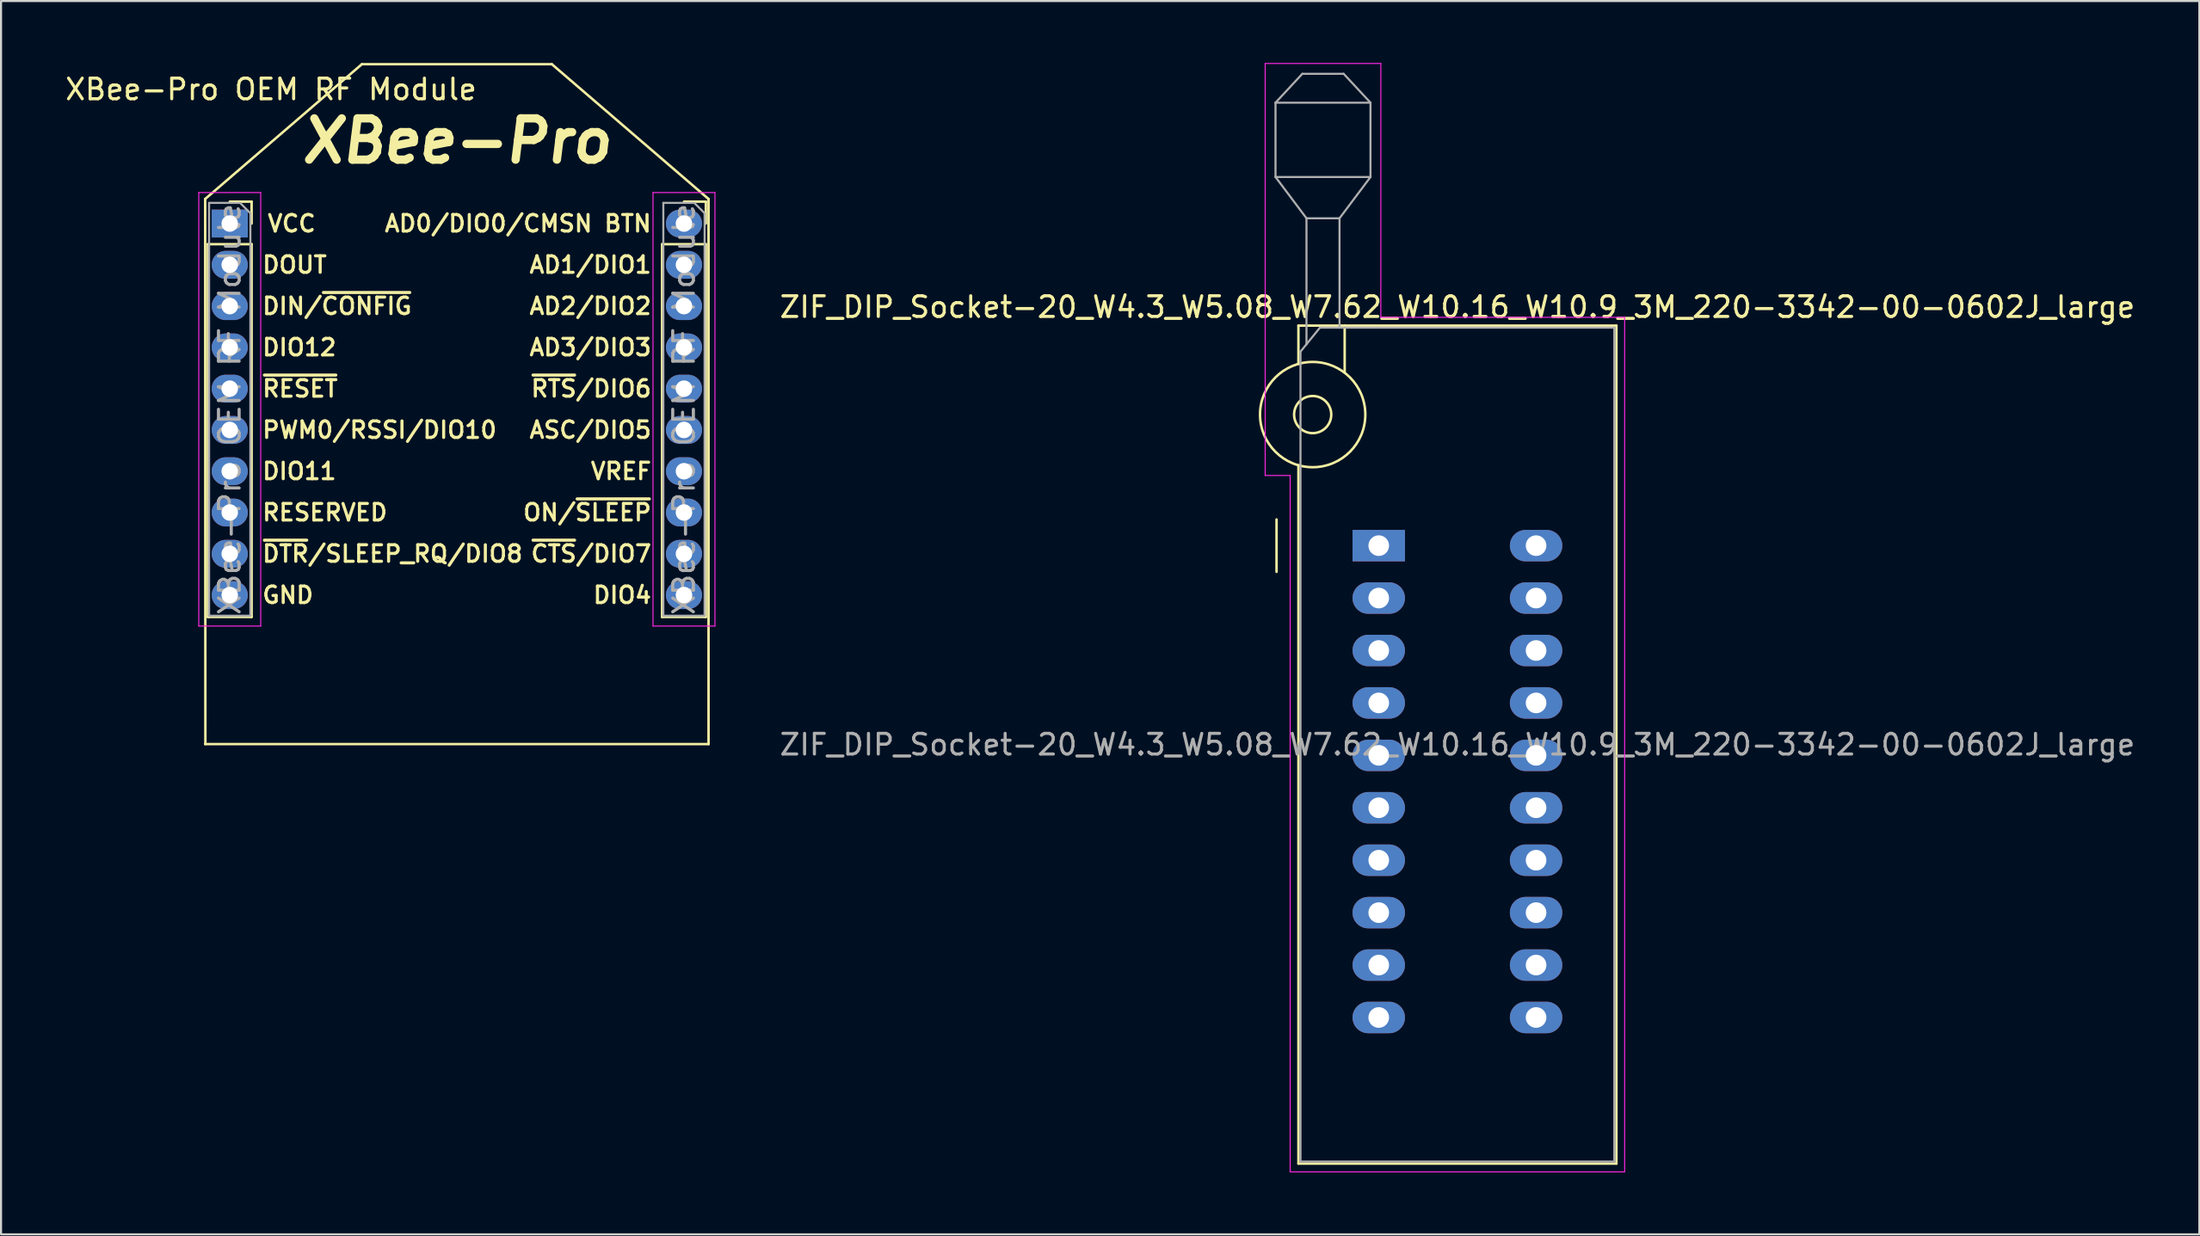
<source format=kicad_pcb>
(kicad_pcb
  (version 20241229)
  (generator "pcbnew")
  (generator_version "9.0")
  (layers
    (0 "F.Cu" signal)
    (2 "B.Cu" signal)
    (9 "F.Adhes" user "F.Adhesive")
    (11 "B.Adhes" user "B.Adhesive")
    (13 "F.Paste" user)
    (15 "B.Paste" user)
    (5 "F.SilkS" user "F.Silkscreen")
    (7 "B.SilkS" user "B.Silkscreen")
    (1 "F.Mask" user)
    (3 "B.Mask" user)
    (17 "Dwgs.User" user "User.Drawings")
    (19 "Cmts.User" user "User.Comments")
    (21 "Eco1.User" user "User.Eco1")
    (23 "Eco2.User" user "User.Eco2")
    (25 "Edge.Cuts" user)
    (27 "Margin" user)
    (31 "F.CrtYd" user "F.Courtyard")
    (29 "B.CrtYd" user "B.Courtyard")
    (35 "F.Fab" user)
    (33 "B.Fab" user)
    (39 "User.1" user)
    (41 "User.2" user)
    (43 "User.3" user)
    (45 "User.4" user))
  (footprint "XBee-Pro OEM RF Module"
    (layer "F.Cu")
    (at 8.077 7.78)
    (property "Reference" "XBee-Pro OEM RF Module" (at 2 -6.5 0) (layer "F.SilkS") (effects (font (size 1 1) (thickness 0.15))))
    (attr through_hole)
    (fp_line (start -1.19 25.22) (end 23.19 25.22) (stroke (width 0.12) (type solid)) (layer "F.SilkS"))
    (fp_line (start -1.18 25.22) (end -1.19 -1.19) (stroke (width 0.12) (type solid)) (layer "F.SilkS"))
    (fp_line (start -1.06 1) (end -1.06 19.06) (stroke (width 0.12) (type solid)) (layer "F.SilkS"))
    (fp_line (start -1.06 1) (end 1.06 1) (stroke (width 0.12) (type solid)) (layer "F.SilkS"))
    (fp_line (start -1.06 19.06) (end 1.06 19.06) (stroke (width 0.12) (type solid)) (layer "F.SilkS"))
    (fp_line (start 0 -1.06) (end 1.06 -1.06) (stroke (width 0.12) (type solid)) (layer "F.SilkS"))
    (fp_line (start 1.06 -1.06) (end 1.06 0) (stroke (width 0.12) (type solid)) (layer "F.SilkS"))
    (fp_line (start 1.06 1) (end 1.06 19.06) (stroke (width 0.12) (type solid)) (layer "F.SilkS"))
    (fp_line (start 6.4 -7.72) (end -1.19 -1.19) (stroke (width 0.12) (type solid)) (layer "F.SilkS"))
    (fp_line (start 6.4 -7.72) (end 15.6 -7.72) (stroke (width 0.12) (type solid)) (layer "F.SilkS"))
    (fp_line (start 15.6 -7.72) (end 23.19 -1.19) (stroke (width 0.12) (type solid)) (layer "F.SilkS"))
    (fp_line (start 20.94 1) (end 20.94 19.06) (stroke (width 0.12) (type solid)) (layer "F.SilkS"))
    (fp_line (start 20.94 1) (end 23.06 1) (stroke (width 0.12) (type solid)) (layer "F.SilkS"))
    (fp_line (start 20.94 19.06) (end 23.06 19.06) (stroke (width 0.12) (type solid)) (layer "F.SilkS"))
    (fp_line (start 22 -1.06) (end 23.06 -1.06) (stroke (width 0.12) (type solid)) (layer "F.SilkS"))
    (fp_line (start 23.06 -1.06) (end 23.06 0) (stroke (width 0.12) (type solid)) (layer "F.SilkS"))
    (fp_line (start 23.06 1) (end 23.06 19.06) (stroke (width 0.12) (type solid)) (layer "F.SilkS"))
    (fp_line (start 23.19 -1.19) (end 23.19 25.22) (stroke (width 0.12) (type solid)) (layer "F.SilkS"))
    (fp_line (start -1.5 -1.5) (end 1.5 -1.5) (stroke (width 0.05) (type solid)) (layer "F.CrtYd"))
    (fp_line (start -1.5 19.5) (end -1.5 -1.5) (stroke (width 0.05) (type solid)) (layer "F.CrtYd"))
    (fp_line (start 1.5 -1.5) (end 1.5 19.5) (stroke (width 0.05) (type solid)) (layer "F.CrtYd"))
    (fp_line (start 1.5 19.5) (end -1.5 19.5) (stroke (width 0.05) (type solid)) (layer "F.CrtYd"))
    (fp_line (start 20.5 -1.5) (end 23.5 -1.5) (stroke (width 0.05) (type solid)) (layer "F.CrtYd"))
    (fp_line (start 20.5 19.5) (end 20.5 -1.5) (stroke (width 0.05) (type solid)) (layer "F.CrtYd"))
    (fp_line (start 23.5 -1.5) (end 23.5 19.5) (stroke (width 0.05) (type solid)) (layer "F.CrtYd"))
    (fp_line (start 23.5 19.5) (end 20.5 19.5) (stroke (width 0.05) (type solid)) (layer "F.CrtYd"))
    (fp_line (start -1 -1) (end 0.5 -1) (stroke (width 0.1) (type solid)) (layer "F.Fab"))
    (fp_line (start -1 19) (end -1 -1) (stroke (width 0.1) (type solid)) (layer "F.Fab"))
    (fp_line (start 0.5 -1) (end 1 -0.5) (stroke (width 0.1) (type solid)) (layer "F.Fab"))
    (fp_line (start 1 -0.5) (end 1 19) (stroke (width 0.1) (type solid)) (layer "F.Fab"))
    (fp_line (start 1 19) (end -1 19) (stroke (width 0.1) (type solid)) (layer "F.Fab"))
    (fp_line (start 21 -1) (end 22.5 -1) (stroke (width 0.1) (type solid)) (layer "F.Fab"))
    (fp_line (start 21 19) (end 21 -1) (stroke (width 0.1) (type solid)) (layer "F.Fab"))
    (fp_line (start 22.5 -1) (end 23 -0.5) (stroke (width 0.1) (type solid)) (layer "F.Fab"))
    (fp_line (start 23 -0.5) (end 23 19) (stroke (width 0.1) (type solid)) (layer "F.Fab"))
    (fp_line (start 23 19) (end 21 19) (stroke (width 0.1) (type solid)) (layer "F.Fab"))
    (fp_text user "VCC" (at 3 0 0) (unlocked yes) (layer "F.SilkS") (effects (font (size 0.8 0.8) (thickness 0.15))))
    (fp_text user "XBee-Pro" (at 11 -4 0) (unlocked yes) (layer "F.SilkS") (effects (font (size 2 2) (thickness 0.4) (italic yes))))
    (fp_text user "VREF" (at 20.5 12 0) (unlocked yes) (layer "F.SilkS") (effects (font (size 0.8 0.8) (thickness 0.15)) (justify right)))
    (fp_text user "~{RTS}/DIO6" (at 20.5 8 0) (unlocked yes) (layer "F.SilkS") (effects (font (size 0.8 0.8) (thickness 0.15)) (justify right)))
    (fp_text user "GND" (at 1.5 18 0) (unlocked yes) (layer "F.SilkS") (effects (font (size 0.8 0.8) (thickness 0.15)) (justify left)))
    (fp_text user "RESERVED" (at 1.5 14 0) (unlocked yes) (layer "F.SilkS") (effects (font (size 0.8 0.8) (thickness 0.15)) (justify left)))
    (fp_text user "~{DTR}/SLEEP_RQ/DIO8" (at 1.5 16 0) (unlocked yes) (layer "F.SilkS") (effects (font (size 0.8 0.8) (thickness 0.15)) (justify left)))
    (fp_text user "~{CTS}/DIO7" (at 20.5 16 0) (unlocked yes) (layer "F.SilkS") (effects (font (size 0.8 0.8) (thickness 0.15)) (justify right)))
    (fp_text user "AD3/DIO3" (at 20.5 6 0) (unlocked yes) (layer "F.SilkS") (effects (font (size 0.8 0.8) (thickness 0.15)) (justify right)))
    (fp_text user "AD0/DIO0/CMSN BTN" (at 20.5 0 0) (unlocked yes) (layer "F.SilkS") (effects (font (size 0.8 0.8) (thickness 0.15)) (justify right)))
    (fp_text user "AD1/DIO1" (at 20.5 2 0) (unlocked yes) (layer "F.SilkS") (effects (font (size 0.8 0.8) (thickness 0.15)) (justify right)))
    (fp_text user "DIN/~{CONFIG}" (at 1.5 4 0) (unlocked yes) (layer "F.SilkS") (effects (font (size 0.8 0.8) (thickness 0.15)) (justify left)))
    (fp_text user "DIO4" (at 20.5 18 0) (unlocked yes) (layer "F.SilkS") (effects (font (size 0.8 0.8) (thickness 0.15)) (justify right)))
    (fp_text user "DIO11" (at 1.5 12 0) (unlocked yes) (layer "F.SilkS") (effects (font (size 0.8 0.8) (thickness 0.15)) (justify left)))
    (fp_text user "DOUT" (at 1.5 2 0) (unlocked yes) (layer "F.SilkS") (effects (font (size 0.8 0.8) (thickness 0.15)) (justify left)))
    (fp_text user "DIO12" (at 1.5 6 0) (unlocked yes) (layer "F.SilkS") (effects (font (size 0.8 0.8) (thickness 0.15)) (justify left)))
    (fp_text user "AD2/DIO2" (at 20.5 4 0) (unlocked yes) (layer "F.SilkS") (effects (font (size 0.8 0.8) (thickness 0.15)) (justify right)))
    (fp_text user "ASC/DIO5" (at 20.5 10 0) (unlocked yes) (layer "F.SilkS") (effects (font (size 0.8 0.8) (thickness 0.15)) (justify right)))
    (fp_text user "~{RESET}" (at 1.5 8 0) (unlocked yes) (layer "F.SilkS") (effects (font (size 0.8 0.8) (thickness 0.15)) (justify left)))
    (fp_text user "PWM0/RSSI/DIO10" (at 1.5 10 0) (unlocked yes) (layer "F.SilkS") (effects (font (size 0.8 0.8) (thickness 0.15)) (justify left)))
    (fp_text user "ON/~{SLEEP}" (at 20.5 14 0) (unlocked yes) (layer "F.SilkS") (effects (font (size 0.8 0.8) (thickness 0.15)) (justify right)))
    (fp_text user "${REFERENCE}" (at 0 9 90) (layer "F.Fab") (effects (font (size 1 1) (thickness 0.15))))
    (fp_text user "${REFERENCE}" (at 22 9 90) (layer "F.Fab") (effects (font (size 1 1) (thickness 0.15))))
    (pad "1" thru_hole rect (at 0 0) (size 1.75 1.35) (drill 0.8) (layers "*.Cu" "*.Mask"))
    (pad "2" thru_hole oval (at 0 2) (size 1.75 1.35) (drill 0.8) (layers "*.Cu" "*.Mask"))
    (pad "3" thru_hole oval (at 0 4) (size 1.75 1.35) (drill 0.8) (layers "*.Cu" "*.Mask"))
    (pad "4" thru_hole oval (at 0 6) (size 1.75 1.35) (drill 0.8) (layers "*.Cu" "*.Mask"))
    (pad "5" thru_hole oval (at 0 8) (size 1.75 1.35) (drill 0.8) (layers "*.Cu" "*.Mask"))
    (pad "6" thru_hole oval (at 0 10) (size 1.75 1.35) (drill 0.8) (layers "*.Cu" "*.Mask"))
    (pad "7" thru_hole oval (at 0 12) (size 1.75 1.35) (drill 0.8) (layers "*.Cu" "*.Mask"))
    (pad "8" thru_hole oval (at 0 14) (size 1.75 1.35) (drill 0.8) (layers "*.Cu" "*.Mask"))
    (pad "9" thru_hole oval (at 0 16) (size 1.75 1.35) (drill 0.8) (layers "*.Cu" "*.Mask"))
    (pad "10" thru_hole oval (at 0 18) (size 1.75 1.35) (drill 0.8) (layers "*.Cu" "*.Mask"))
    (pad "11" thru_hole oval (at 22 18) (size 1.75 1.35) (drill 0.8) (layers "*.Cu" "*.Mask"))
    (pad "12" thru_hole oval (at 22 16) (size 1.75 1.35) (drill 0.8) (layers "*.Cu" "*.Mask"))
    (pad "13" thru_hole oval (at 22 14) (size 1.75 1.35) (drill 0.8) (layers "*.Cu" "*.Mask"))
    (pad "14" thru_hole oval (at 22 12) (size 1.75 1.35) (drill 0.8) (layers "*.Cu" "*.Mask"))
    (pad "15" thru_hole oval (at 22 10) (size 1.75 1.35) (drill 0.8) (layers "*.Cu" "*.Mask"))
    (pad "16" thru_hole oval (at 22 8) (size 1.75 1.35) (drill 0.8) (layers "*.Cu" "*.Mask"))
    (pad "17" thru_hole oval (at 22 6) (size 1.75 1.35) (drill 0.8) (layers "*.Cu" "*.Mask"))
    (pad "18" thru_hole oval (at 22 4) (size 1.75 1.35) (drill 0.8) (layers "*.Cu" "*.Mask"))
    (pad "19" thru_hole oval (at 22 2) (size 1.75 1.35) (drill 0.8) (layers "*.Cu" "*.Mask"))
    (pad "20" thru_hole oval (at 22 0) (size 1.75 1.35) (drill 0.8) (layers "*.Cu" "*.Mask"))
    (zone (net_name "") (layers "F.Cu" "B.Cu") (hatch edge 0.508) (connect_pads) (min_thickness 0.254) (filled_areas_thickness no) (keepout (tracks not_allowed) (vias not_allowed) (pads not_allowed) (copperpour allowed) (footprints allowed)) (placement (enabled no)) (fill) (polygon (pts (xy 28.577 32.78) (xy 9.577 32.78) (xy 9.577 6.28) (xy 28.577 6.28)))))
  (footprint "ZIF_DIP_Socket-20_W4.3_W5.08_W7.62_W10.16_W10.9_3M_220-3342-00-0602J_large"
    (layer "F.Cu")
    (at 63.727 23.385)
    (property "Reference" "ZIF_DIP_Socket-20_W4.3_W5.08_W7.62_W10.16_W10.9_3M_220-3342-00-0602J_large" (at 3.81 -11.56 0) (layer "F.SilkS") (effects (font (size 1 1) (thickness 0.15))))
    (attr through_hole)
    (fp_line (start -4.95 1.27) (end -4.95 -1.27) (stroke (width 0.12) (type solid)) (layer "F.SilkS"))
    (fp_line (start -3.89 -10.66) (end -3.89 -8.8) (stroke (width 0.12) (type solid)) (layer "F.SilkS"))
    (fp_line (start -3.89 -3.9) (end -3.89 29.94) (stroke (width 0.12) (type solid)) (layer "F.SilkS"))
    (fp_line (start -3.89 29.94) (end 11.51 29.94) (stroke (width 0.12) (type solid)) (layer "F.SilkS"))
    (fp_line (start -1.65 -10.66) (end -1.65 -8.4) (stroke (width 0.12) (type solid)) (layer "F.SilkS"))
    (fp_line (start 11.51 -10.66) (end -3.89 -10.66) (stroke (width 0.12) (type solid)) (layer "F.SilkS"))
    (fp_line (start 11.51 29.94) (end 11.51 -10.66) (stroke (width 0.12) (type solid)) (layer "F.SilkS"))
    (fp_circle (center -3.2 -6.35) (end -2.3 -6.35) (stroke (width 0.12) (type solid)) (fill no) (layer "F.SilkS"))
    (fp_circle (center -3.2 -6.35) (end -0.65 -6.35) (stroke (width 0.12) (type solid)) (fill no) (layer "F.SilkS"))
    (fp_line (start -5.5 -23.36) (end 0.1 -23.36) (stroke (width 0.05) (type solid)) (layer "F.CrtYd"))
    (fp_line (start -5.5 -3.4) (end -5.5 -23.36) (stroke (width 0.05) (type solid)) (layer "F.CrtYd"))
    (fp_line (start -4.29 -3.4) (end -5.5 -3.4) (stroke (width 0.05) (type solid)) (layer "F.CrtYd"))
    (fp_line (start -4.29 30.34) (end -4.29 -3.4) (stroke (width 0.05) (type solid)) (layer "F.CrtYd"))
    (fp_line (start 0.1 -23.36) (end 0.1 -11.06) (stroke (width 0.05) (type solid)) (layer "F.CrtYd"))
    (fp_line (start 0.1 -11.06) (end 11.91 -11.06) (stroke (width 0.05) (type solid)) (layer "F.CrtYd"))
    (fp_line (start 11.91 -11.06) (end 11.91 30.34) (stroke (width 0.05) (type solid)) (layer "F.CrtYd"))
    (fp_line (start 11.91 30.34) (end -4.29 30.34) (stroke (width 0.05) (type solid)) (layer "F.CrtYd"))
    (fp_line (start -5 -21.46) (end -5 -17.86) (stroke (width 0.1) (type solid)) (layer "F.Fab"))
    (fp_line (start -5 -21.46) (end -3.7 -22.86) (stroke (width 0.1) (type solid)) (layer "F.Fab"))
    (fp_line (start -5 -17.86) (end -3.5 -15.86) (stroke (width 0.1) (type solid)) (layer "F.Fab"))
    (fp_line (start -5 -17.86) (end -0.4 -17.86) (stroke (width 0.1) (type solid)) (layer "F.Fab"))
    (fp_line (start -3.79 -9.4) (end -2.85 -10.56) (stroke (width 0.1) (type solid)) (layer "F.Fab"))
    (fp_line (start -3.79 29.84) (end -3.79 -9.4) (stroke (width 0.1) (type solid)) (layer "F.Fab"))
    (fp_line (start -3.7 -22.86) (end -1.7 -22.86) (stroke (width 0.1) (type solid)) (layer "F.Fab"))
    (fp_line (start -3.5 -15.86) (end -1.9 -15.86) (stroke (width 0.1) (type solid)) (layer "F.Fab"))
    (fp_line (start -3.5 -9.75) (end -3.5 -15.86) (stroke (width 0.1) (type solid)) (layer "F.Fab"))
    (fp_line (start -2.85 -10.56) (end 11.41 -10.56) (stroke (width 0.1) (type solid)) (layer "F.Fab"))
    (fp_line (start -1.9 -15.86) (end -1.9 -10.56) (stroke (width 0.1) (type solid)) (layer "F.Fab"))
    (fp_line (start -1.7 -22.86) (end -0.4 -21.46) (stroke (width 0.1) (type solid)) (layer "F.Fab"))
    (fp_line (start -0.4 -21.46) (end -5 -21.46) (stroke (width 0.1) (type solid)) (layer "F.Fab"))
    (fp_line (start -0.4 -17.86) (end -1.9 -15.86) (stroke (width 0.1) (type solid)) (layer "F.Fab"))
    (fp_line (start -0.4 -17.86) (end -0.4 -21.46) (stroke (width 0.1) (type solid)) (layer "F.Fab"))
    (fp_line (start 11.41 -10.56) (end 11.41 29.84) (stroke (width 0.1) (type solid)) (layer "F.Fab"))
    (fp_line (start 11.41 29.84) (end -3.79 29.84) (stroke (width 0.1) (type solid)) (layer "F.Fab"))
    (fp_text user "${REFERENCE}" (at 3.81 9.64 0) (layer "F.Fab") (effects (font (size 1 1) (thickness 0.15))))
    (pad "1" thru_hole rect (at 0 0) (size 2.54 1.524) (drill 1) (layers "*.Cu" "*.Mask"))
    (pad "2" thru_hole oval (at 0 2.54) (size 2.54 1.524) (drill 1) (layers "*.Cu" "*.Mask"))
    (pad "3" thru_hole oval (at 0 5.08) (size 2.54 1.524) (drill 1) (layers "*.Cu" "*.Mask"))
    (pad "4" thru_hole oval (at 0 7.62) (size 2.54 1.524) (drill 1) (layers "*.Cu" "*.Mask"))
    (pad "5" thru_hole oval (at 0 10.16) (size 2.54 1.524) (drill 1) (layers "*.Cu" "*.Mask"))
    (pad "6" thru_hole oval (at 0 12.7) (size 2.54 1.524) (drill 1) (layers "*.Cu" "*.Mask"))
    (pad "7" thru_hole oval (at 0 15.24) (size 2.54 1.524) (drill 1) (layers "*.Cu" "*.Mask"))
    (pad "8" thru_hole oval (at 0 17.78) (size 2.54 1.524) (drill 1) (layers "*.Cu" "*.Mask"))
    (pad "9" thru_hole oval (at 0 20.32) (size 2.54 1.524) (drill 1) (layers "*.Cu" "*.Mask"))
    (pad "10" thru_hole oval (at 0 22.86) (size 2.54 1.524) (drill 1) (layers "*.Cu" "*.Mask"))
    (pad "11" thru_hole oval (at 7.62 22.86) (size 2.54 1.524) (drill 1) (layers "*.Cu" "*.Mask"))
    (pad "12" thru_hole oval (at 7.62 20.32) (size 2.54 1.524) (drill 1) (layers "*.Cu" "*.Mask"))
    (pad "13" thru_hole oval (at 7.62 17.78) (size 2.54 1.524) (drill 1) (layers "*.Cu" "*.Mask"))
    (pad "14" thru_hole oval (at 7.62 15.24) (size 2.54 1.524) (drill 1) (layers "*.Cu" "*.Mask"))
    (pad "15" thru_hole oval (at 7.62 12.7) (size 2.54 1.524) (drill 1) (layers "*.Cu" "*.Mask"))
    (pad "16" thru_hole oval (at 7.62 10.16) (size 2.54 1.524) (drill 1) (layers "*.Cu" "*.Mask"))
    (pad "17" thru_hole oval (at 7.62 7.62) (size 2.54 1.524) (drill 1) (layers "*.Cu" "*.Mask"))
    (pad "18" thru_hole oval (at 7.62 5.08) (size 2.54 1.524) (drill 1) (layers "*.Cu" "*.Mask"))
    (pad "19" thru_hole oval (at 7.62 2.54) (size 2.54 1.524) (drill 1) (layers "*.Cu" "*.Mask"))
    (pad "20" thru_hole oval (at 7.62 0) (size 2.54 1.524) (drill 1) (layers "*.Cu" "*.Mask")))
  (gr_rect
    (start -3 -3)
    (end 103.471 56.75)
    (stroke (width 0.1) (type default))
    (fill no)
    (layer "Edge.Cuts")))
</source>
